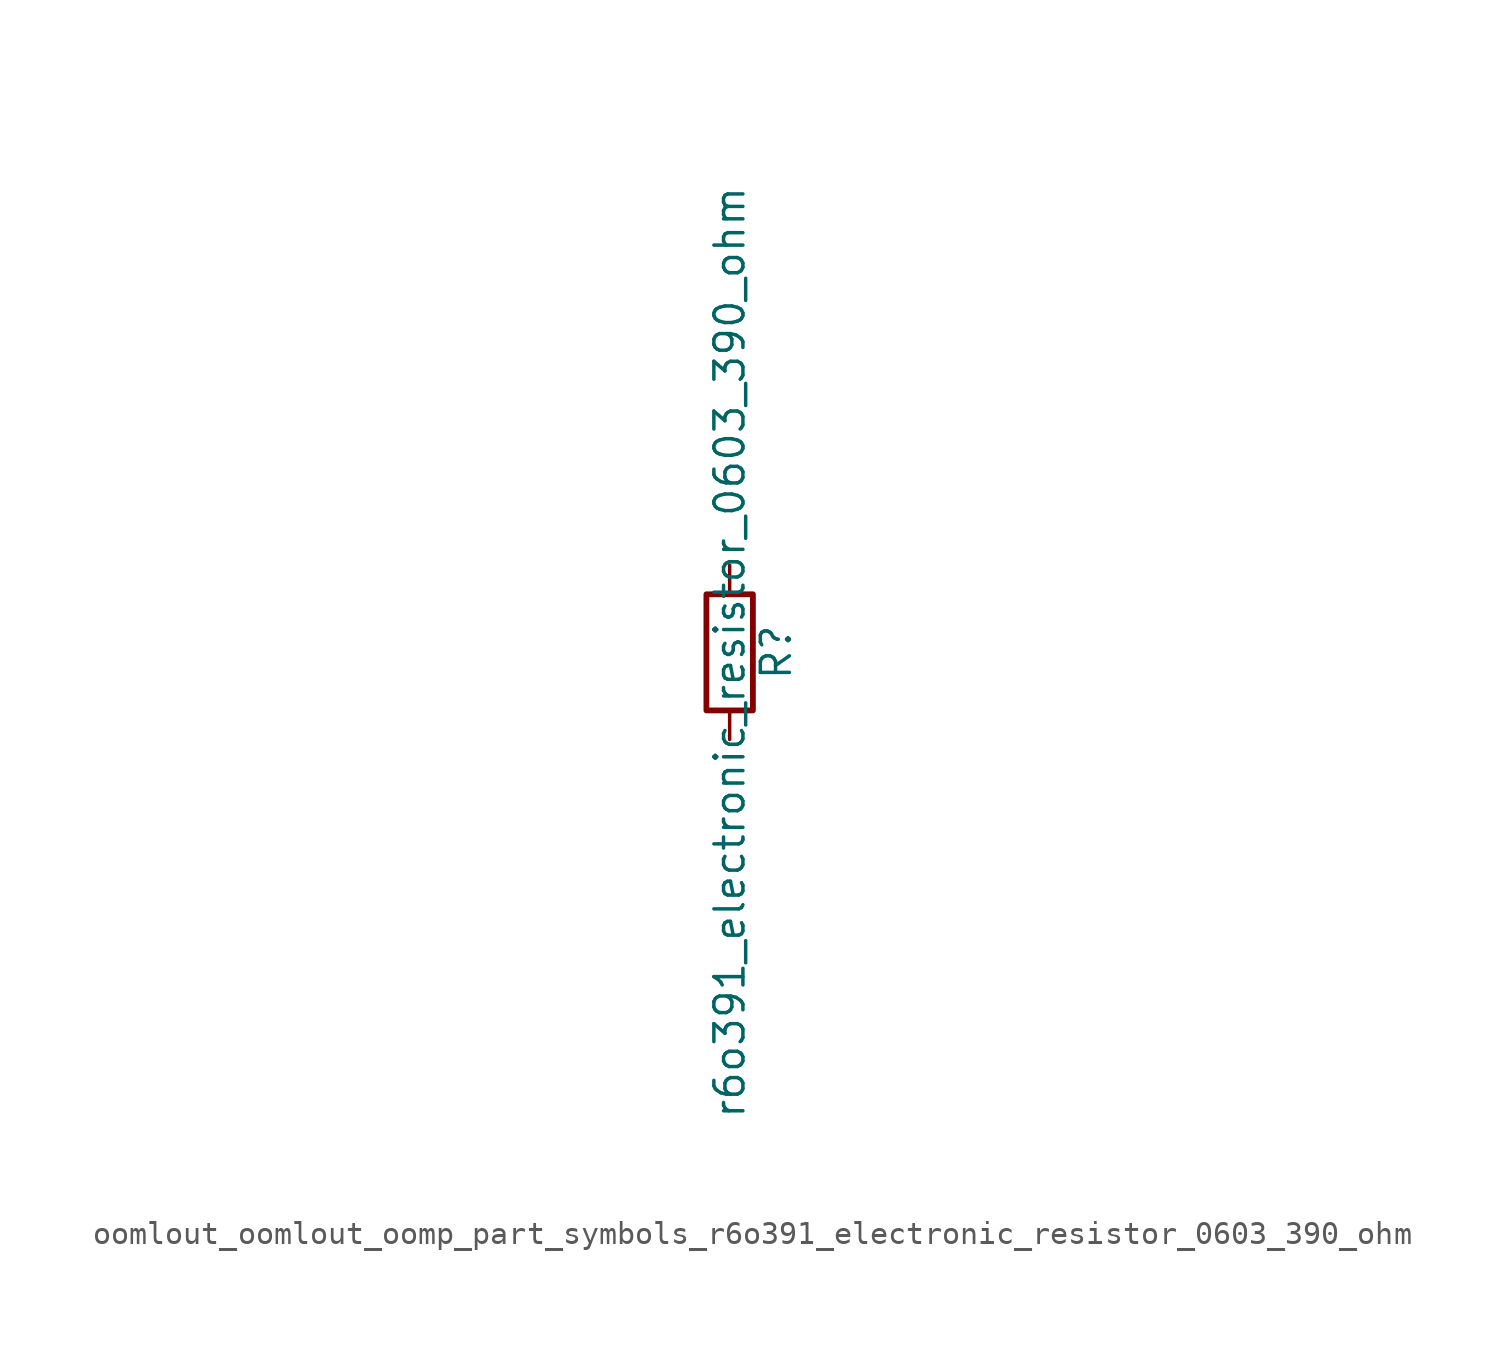
<source format=kicad_sym>
(kicad_symbol_lib
  (version 20220914)
  (generator kicad_symbol_editor)
  (symbol "oomlout_oomlout_oomp_part_symbols_r6o391_electronic_resistor_0603_390_ohm"
    (pin_numbers hide)
    (pin_names
      (offset 0))
    (property "Reference" "R"
      (at 2.032 0 90)
      (effects (font (size 1.27 1.27))))
    (property "Value" "r6o391_electronic_resistor_0603_390_ohm"
      (at 0 0 90)
      (effects (font (size 1.27 1.27))))
    (symbol "oomlout_oomlout_oomp_part_symbols_r6o391_electronic_resistor_0603_390_ohm_0_1"
      (rectangle (start -1.016 -2.54) (end 1.016 2.54) (stroke (width 0.254) (type default)) (fill (type none))))
    (symbol "oomlout_oomlout_oomp_part_symbols_r6o391_electronic_resistor_0603_390_ohm_1_1"
      (pin passive line (at 0 3.81 270) (length 1.27) (name "~" (effects (font (size 1.27 1.27)))) (number "1" (effects (font (size 1.27 1.27)))))
      (pin passive line (at 0 -3.81 90) (length 1.27) (name "~" (effects (font (size 1.27 1.27)))) (number "2" (effects (font (size 1.27 1.27))))))))
</source>
